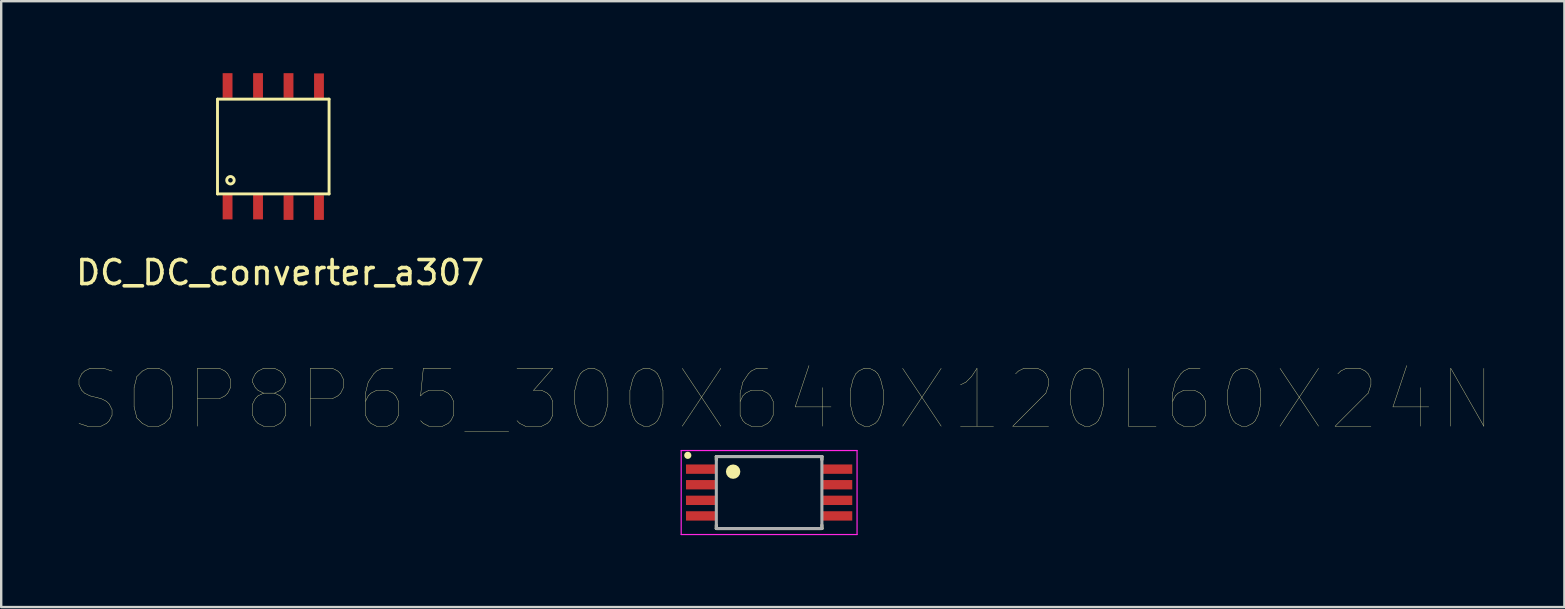
<source format=kicad_pcb>
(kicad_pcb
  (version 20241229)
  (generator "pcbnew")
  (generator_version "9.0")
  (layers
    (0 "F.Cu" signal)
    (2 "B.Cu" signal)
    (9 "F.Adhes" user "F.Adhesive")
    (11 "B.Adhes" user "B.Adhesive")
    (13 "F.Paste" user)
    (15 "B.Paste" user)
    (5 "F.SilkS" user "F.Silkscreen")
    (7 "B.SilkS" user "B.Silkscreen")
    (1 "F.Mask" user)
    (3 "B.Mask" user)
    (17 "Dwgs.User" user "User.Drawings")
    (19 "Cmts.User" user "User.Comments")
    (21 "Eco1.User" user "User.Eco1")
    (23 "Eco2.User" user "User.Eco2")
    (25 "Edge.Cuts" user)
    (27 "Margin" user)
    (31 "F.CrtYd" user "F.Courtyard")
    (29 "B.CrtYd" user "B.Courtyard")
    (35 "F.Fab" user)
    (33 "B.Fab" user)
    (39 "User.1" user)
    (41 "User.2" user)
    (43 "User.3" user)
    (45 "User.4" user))
  (footprint "DC_DC_converter_a307"
    (layer "F.Cu")
    (at 8.345 3.252)
    (property "Reference" "DC_DC_converter_a307" (at 0.28 5.06 0) (layer "F.SilkS") (effects (font (size 1 1) (thickness 0.15))))
    (attr through_hole)
    (fp_line (start -2.33 -2.17) (end 2.32 -2.17) (stroke (width 0.12) (type solid)) (layer "F.SilkS"))
    (fp_line (start -2.33 1.78) (end -2.33 -2.17) (stroke (width 0.12) (type solid)) (layer "F.SilkS"))
    (fp_line (start 2.32 -2.17) (end 2.32 1.78) (stroke (width 0.12) (type solid)) (layer "F.SilkS"))
    (fp_line (start 2.32 1.78) (end -2.33 1.78) (stroke (width 0.12) (type solid)) (layer "F.SilkS"))
    (fp_circle (center -1.79 1.21) (end -1.68 1.1) (stroke (width 0.12) (type solid)) (fill no) (layer "F.SilkS"))
    (pad "1" smd trapezoid (at -1.91 2.33 90) (size 1.025 0.41) (layers "F.Cu" "F.Mask" "F.Paste"))
    (pad "2" smd trapezoid (at -0.64 2.33 90) (size 1.025 0.41) (layers "F.Cu" "F.Mask" "F.Paste"))
    (pad "3" smd trapezoid (at 0.63 2.35 90) (size 1.025 0.41) (layers "F.Cu" "F.Mask" "F.Paste"))
    (pad "4" smd trapezoid (at 1.9 2.35 90) (size 1.025 0.41) (layers "F.Cu" "F.Mask" "F.Paste"))
    (pad "5" smd trapezoid (at 1.9 -2.73 90) (size 1.025 0.41) (layers "F.Cu" "F.Mask" "F.Paste"))
    (pad "6" smd trapezoid (at 0.63 -2.74 90) (size 1.025 0.41) (layers "F.Cu" "F.Mask" "F.Paste"))
    (pad "7" smd trapezoid (at -0.64 -2.74 90) (size 1.025 0.41) (layers "F.Cu" "F.Mask" "F.Paste"))
    (pad "8" smd trapezoid (at -1.91 -2.74 90) (size 1.025 0.41) (layers "F.Cu" "F.Mask" "F.Paste")))
  (footprint "SOP8P65_300X640X120L60X24N"
    (layer "F.Cu")
    (at 29.006 17.478)
    (property "Reference" "SOP8P65_300X640X120L60X24N" (at 0.57 -3.88 0) (layer "F.SilkS") (effects (font (size 2.411 2.411) (thickness 0.015))))
    (attr through_hole)
    (fp_line (start -2.2 -1.5) (end 2.2 -1.5) (stroke (width 0.127) (type solid)) (layer "F.SilkS"))
    (fp_line (start -2.2 -1.37) (end -2.2 -1.5) (stroke (width 0.127) (type solid)) (layer "F.SilkS"))
    (fp_line (start -2.2 1.36) (end -2.2 1.5) (stroke (width 0.127) (type solid)) (layer "F.SilkS"))
    (fp_line (start -2.2 1.5) (end 2.2 1.5) (stroke (width 0.127) (type solid)) (layer "F.SilkS"))
    (fp_line (start 2.2 -1.5) (end 2.2 -1.37) (stroke (width 0.127) (type solid)) (layer "F.SilkS"))
    (fp_line (start 2.2 1.5) (end 2.2 1.36) (stroke (width 0.127) (type solid)) (layer "F.SilkS"))
    (fp_circle (center -3.39 -1.55) (end -3.315 -1.55) (stroke (width 0.15) (type solid)) (fill no) (layer "F.SilkS"))
    (fp_circle (center -1.5 -0.87) (end -1.35 -0.87) (stroke (width 0.3) (type solid)) (fill no) (layer "F.SilkS"))
    (fp_line (start -3.665 -1.75) (end 3.665 -1.75) (stroke (width 0.05) (type solid)) (layer "F.CrtYd"))
    (fp_line (start -3.665 1.75) (end -3.665 -1.75) (stroke (width 0.05) (type solid)) (layer "F.CrtYd"))
    (fp_line (start 3.665 -1.75) (end 3.665 1.75) (stroke (width 0.05) (type solid)) (layer "F.CrtYd"))
    (fp_line (start 3.665 1.75) (end -3.665 1.75) (stroke (width 0.05) (type solid)) (layer "F.CrtYd"))
    (fp_line (start -2.2 -1.5) (end 2.2 -1.5) (stroke (width 0.127) (type solid)) (layer "F.Fab"))
    (fp_line (start -2.2 1.5) (end -2.2 -1.5) (stroke (width 0.127) (type solid)) (layer "F.Fab"))
    (fp_line (start 2.2 -1.5) (end 2.2 1.5) (stroke (width 0.127) (type solid)) (layer "F.Fab"))
    (fp_line (start 2.2 1.5) (end -2.2 1.5) (stroke (width 0.127) (type solid)) (layer "F.Fab"))
    (pad "1" smd rect (at -2.82 -0.975) (size 1.29 0.39) (layers "F.Cu" "F.Mask" "F.Paste"))
    (pad "2" smd rect (at -2.82 -0.325) (size 1.29 0.39) (layers "F.Cu" "F.Mask" "F.Paste"))
    (pad "3" smd rect (at -2.82 0.325) (size 1.29 0.39) (layers "F.Cu" "F.Mask" "F.Paste"))
    (pad "4" smd rect (at -2.82 0.975) (size 1.29 0.39) (layers "F.Cu" "F.Mask" "F.Paste"))
    (pad "5" smd rect (at 2.82 0.975) (size 1.29 0.39) (layers "F.Cu" "F.Mask" "F.Paste"))
    (pad "6" smd rect (at 2.82 0.325) (size 1.29 0.39) (layers "F.Cu" "F.Mask" "F.Paste"))
    (pad "7" smd rect (at 2.82 -0.325) (size 1.29 0.39) (layers "F.Cu" "F.Mask" "F.Paste"))
    (pad "8" smd rect (at 2.82 -0.975) (size 1.29 0.39) (layers "F.Cu" "F.Mask" "F.Paste")))
  (gr_rect
    (start -3 -3)
    (end 62.152 22.253)
    (stroke (width 0.1) (type default))
    (fill no)
    (layer "Edge.Cuts")))
</source>
